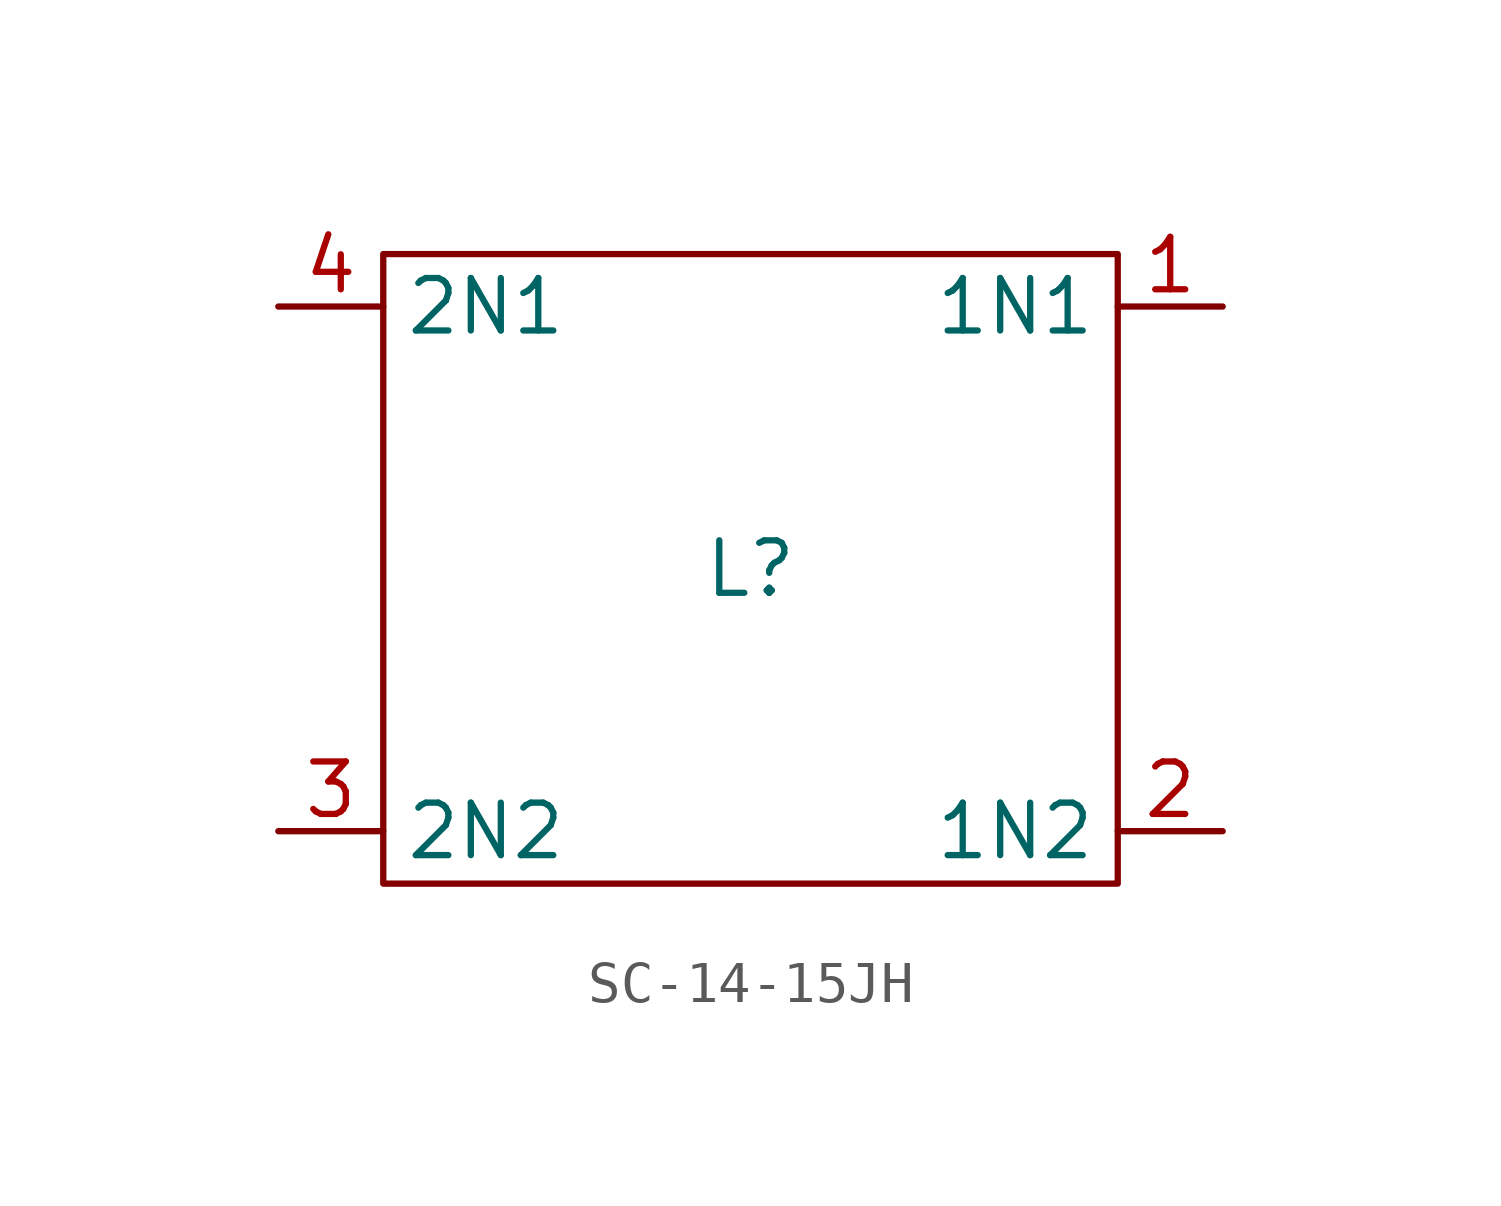
<source format=kicad_sym>
(kicad_symbol_lib
  (version 20220914)
  (generator kicad_symbol_editor)
  (symbol "SC-14-15JH"
    (property "Reference" "L"
      (at -0.635 1.905 0)
      (effects (font (size 1.27 1.27))))
    (property "Value" ""
      (at -0.635 1.905 90)
      (effects (font (size 1.27 1.27))))
    (symbol "SC-14-15JH_0_1"
      (rectangle (start 8.255 9.525) (end -9.525 -5.715) (stroke (width 0) (type default)) (fill (type none))))
    (symbol "SC-14-15JH_1_1"
      (pin input line (at 10.795 8.255 180) (length 2.54) (name "1N1" (effects (font (size 1.27 1.27)))) (number "1" (effects (font (size 1.27 1.27)))))
      (pin input line (at 10.795 -4.445 180) (length 2.54) (name "1N2" (effects (font (size 1.27 1.27)))) (number "2" (effects (font (size 1.27 1.27)))))
      (pin input line (at -12.065 -4.445 0) (length 2.54) (name "2N2" (effects (font (size 1.27 1.27)))) (number "3" (effects (font (size 1.27 1.27)))))
      (pin input line (at -12.065 8.255 0) (length 2.54) (name "2N1" (effects (font (size 1.27 1.27)))) (number "4" (effects (font (size 1.27 1.27))))))))
</source>
